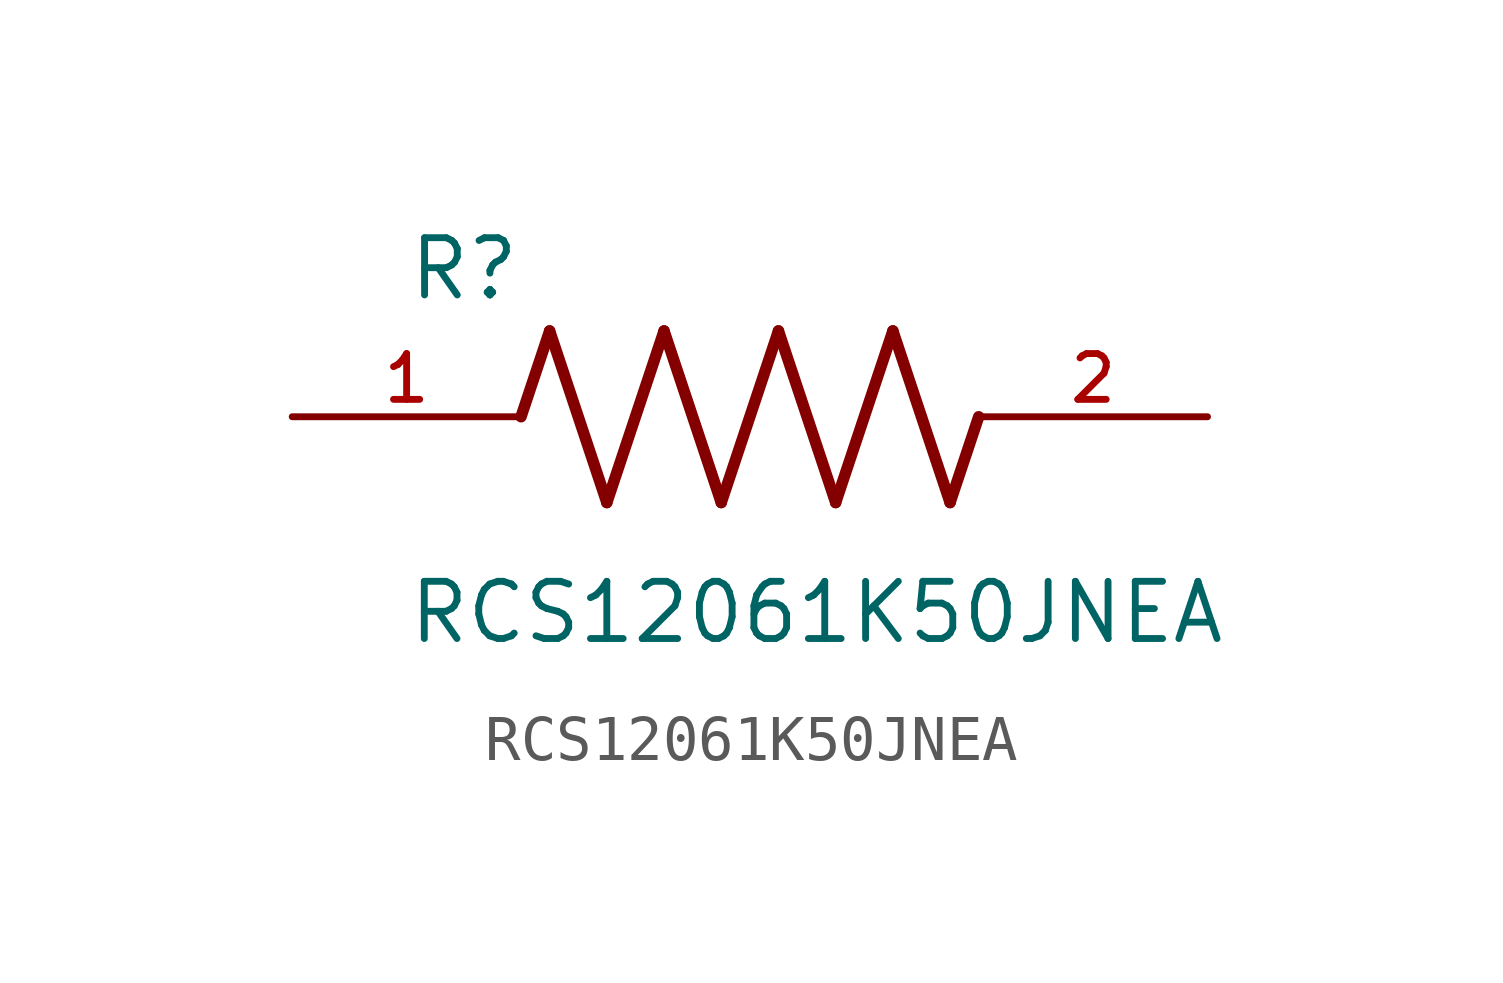
<source format=kicad_sym>
(kicad_symbol_lib
  (version 20211014)
  (generator kicad_symbol_editor)
  (symbol "RCS12061K50JNEA"
    (pin_names
      (offset 1.016))
    (property "Reference" "R"
      (at -7.624 2.541 0)
      (effects (font (size 1.27 1.27)) (justify bottom left)))
    (property "Value" "RCS12061K50JNEA"
      (at -7.63 -5.087 0)
      (effects (font (size 1.27 1.27)) (justify bottom left)))
    (symbol "RCS12061K50JNEA_0_0"
      (polyline (pts (xy -5.08 0.0) (xy -4.445 1.905)) (stroke (width 0.254)))
      (polyline (pts (xy -4.445 1.905) (xy -3.175 -1.905)) (stroke (width 0.254)))
      (polyline (pts (xy -3.175 -1.905) (xy -1.905 1.905)) (stroke (width 0.254)))
      (polyline (pts (xy -1.905 1.905) (xy -0.635 -1.905)) (stroke (width 0.254)))
      (polyline (pts (xy -0.635 -1.905) (xy 0.635 1.905)) (stroke (width 0.254)))
      (polyline (pts (xy 0.635 1.905) (xy 1.905 -1.905)) (stroke (width 0.254)))
      (polyline (pts (xy 1.905 -1.905) (xy 3.175 1.905)) (stroke (width 0.254)))
      (polyline (pts (xy 3.175 1.905) (xy 4.445 -1.905)) (stroke (width 0.254)))
      (polyline (pts (xy 4.445 -1.905) (xy 5.08 0.0)) (stroke (width 0.254)))
      (pin passive line (at -10.16 0.0 0) (length 5.08) (name "~" (effects (font (size 1.016 1.016)))) (number "1" (effects (font (size 1.016 1.016)))))
      (pin passive line (at 10.16 0.0 180.0) (length 5.08) (name "~" (effects (font (size 1.016 1.016)))) (number "2" (effects (font (size 1.016 1.016))))))))
</source>
